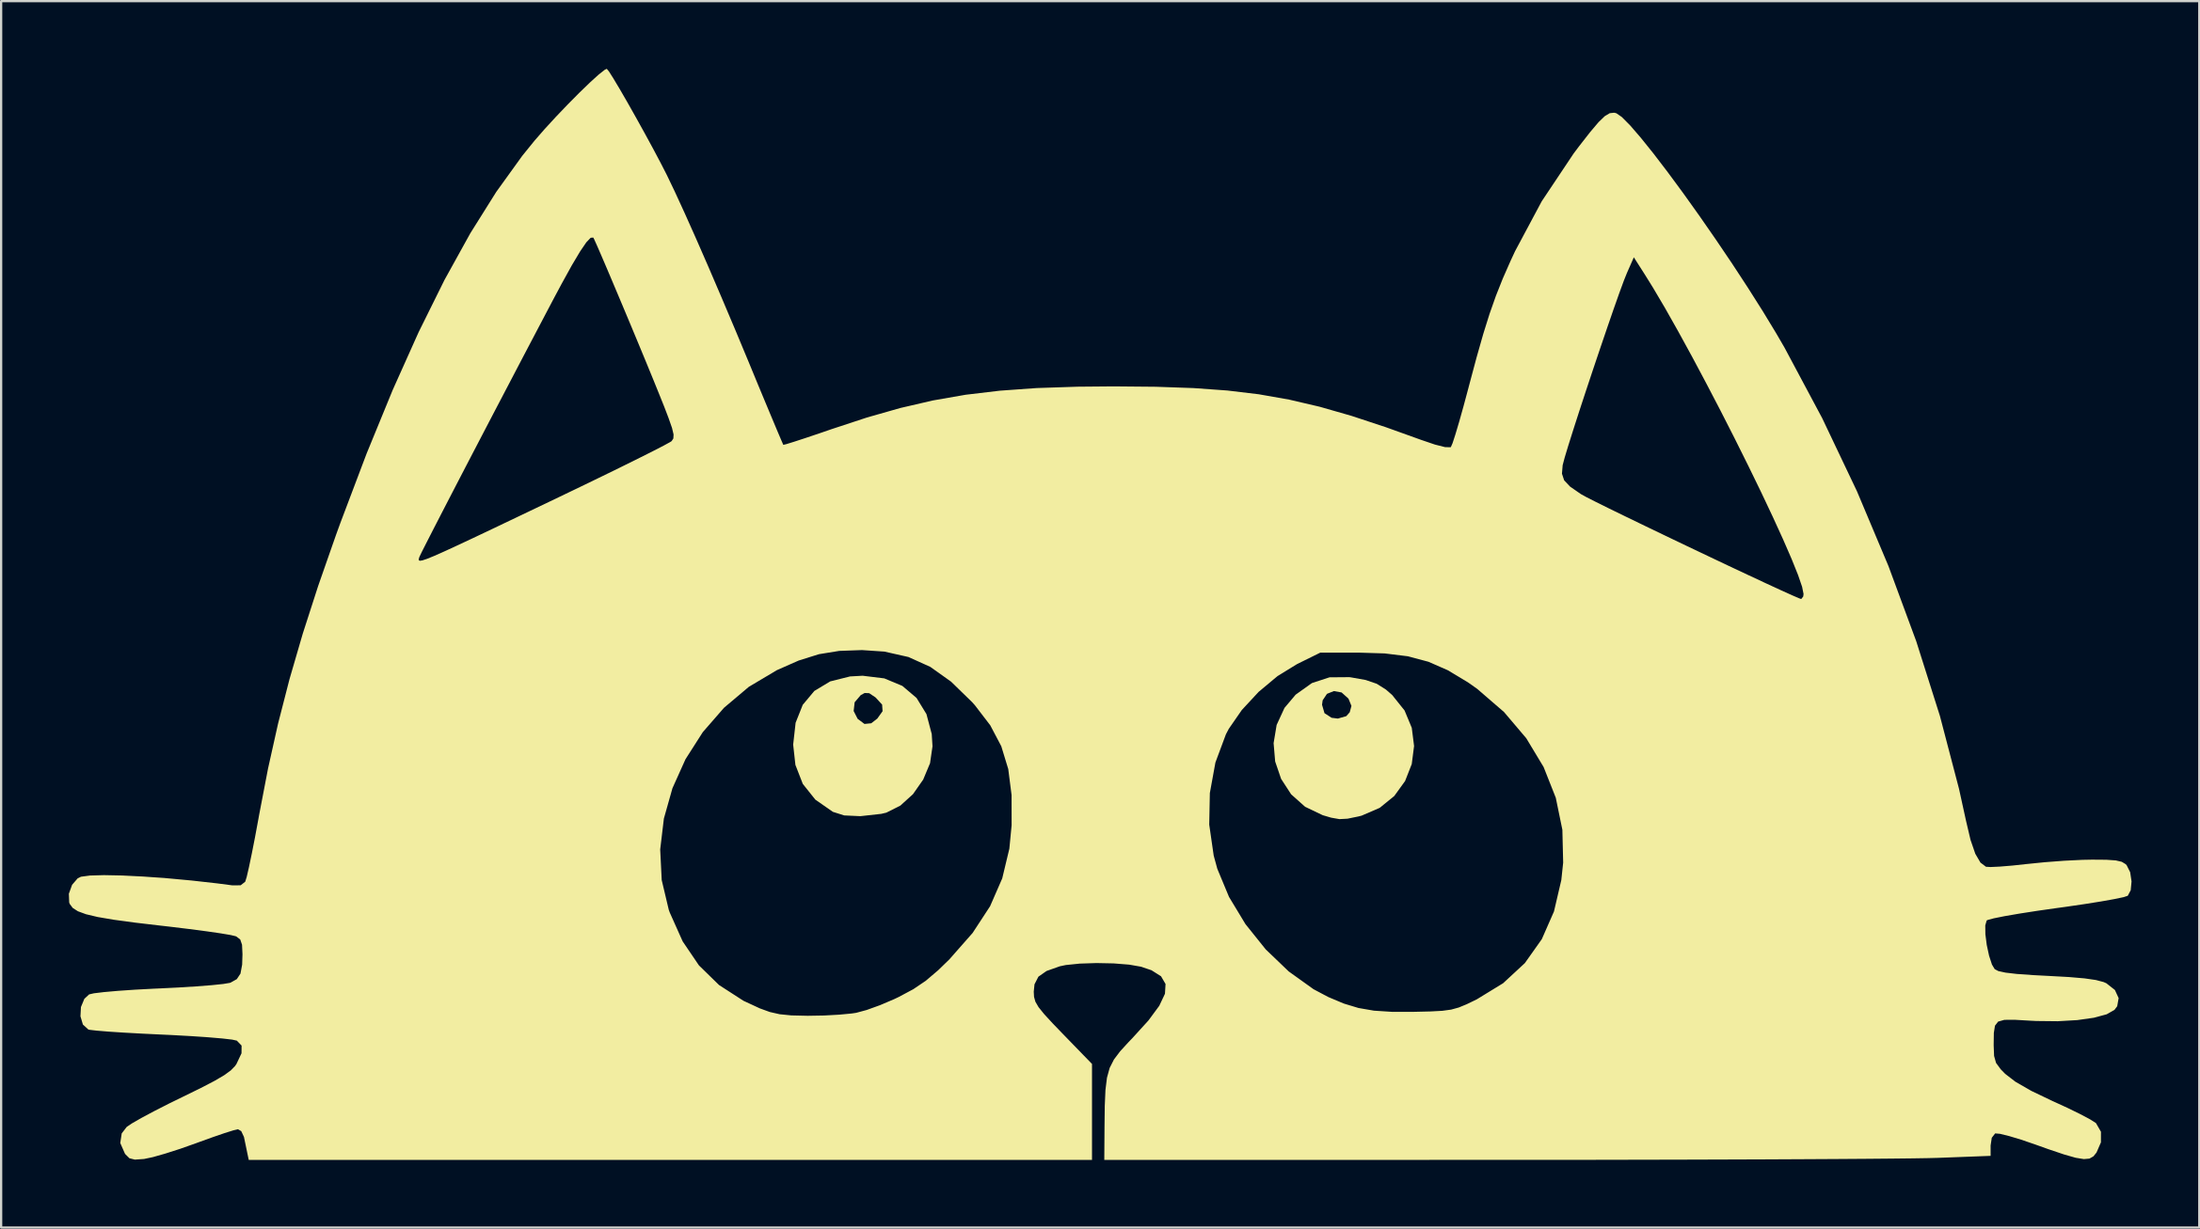
<source format=kicad_pcb>
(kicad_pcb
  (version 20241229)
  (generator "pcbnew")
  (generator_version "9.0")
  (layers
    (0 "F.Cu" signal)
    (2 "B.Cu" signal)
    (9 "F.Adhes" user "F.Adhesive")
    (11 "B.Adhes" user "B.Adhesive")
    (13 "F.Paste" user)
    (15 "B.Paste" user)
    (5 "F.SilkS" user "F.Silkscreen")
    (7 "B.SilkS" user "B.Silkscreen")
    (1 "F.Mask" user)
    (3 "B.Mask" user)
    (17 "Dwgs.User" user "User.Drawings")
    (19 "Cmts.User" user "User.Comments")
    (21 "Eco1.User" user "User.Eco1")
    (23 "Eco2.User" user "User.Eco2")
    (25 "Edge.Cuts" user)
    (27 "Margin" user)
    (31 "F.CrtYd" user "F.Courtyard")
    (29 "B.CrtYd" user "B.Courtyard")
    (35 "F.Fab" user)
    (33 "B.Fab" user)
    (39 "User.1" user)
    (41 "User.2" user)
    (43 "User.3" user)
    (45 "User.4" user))
  (footprint "KiCatx-klein"
    (layer "F.Cu")
    (at 45.585 24.178)
    (property "Reference" "KiCatx-klein" (at 0 0 0) (layer "F.SilkS") (effects (font (size 1.524 1.524) (thickness 0.3))))
    (attr through_hole)
    (fp_poly (pts (xy -9.472 2.837) (xy -8.671 3.171) (xy -8.043 3.704) (xy -7.604 4.42) (xy -7.37 5.303) (xy -7.336 5.848) (xy -7.445 6.597) (xy -7.748 7.322) (xy -8.2 7.968) (xy -8.759 8.475) (xy -9.38 8.788) (xy -9.604 8.841) (xy -10.531 8.944) (xy -11.246 8.911) (xy -11.749 8.752) (xy -12.525 8.211) (xy -13.08 7.515) (xy -13.408 6.671) (xy -13.507 5.773) (xy -13.399 4.805) (xy -13.192 4.284) (xy -10.828 4.284) (xy -10.652 4.629) (xy -10.348 4.857) (xy -10.049 4.827) (xy -9.78 4.618) (xy -9.547 4.292) (xy -9.568 3.999) (xy -9.849 3.691) (xy -9.869 3.675) (xy -10.141 3.493) (xy -10.341 3.485) (xy -10.514 3.579) (xy -10.784 3.896) (xy -10.828 4.284) (xy -13.192 4.284) (xy -13.083 4.009) (xy -12.569 3.394) (xy -11.867 2.971) (xy -10.988 2.751) (xy -10.429 2.72)) (stroke (width 0) (type solid)) (fill yes) (layer "F.SilkS"))
    (fp_poly (pts (xy 11.19 2.791) (xy 11.851 2.909) (xy 12.338 3.076) (xy 12.747 3.334) (xy 13.022 3.574) (xy 13.571 4.26) (xy 13.89 5.028) (xy 13.992 5.834) (xy 13.889 6.635) (xy 13.594 7.387) (xy 13.117 8.048) (xy 12.472 8.574) (xy 11.669 8.921) (xy 11.527 8.957) (xy 11.044 9.056) (xy 10.687 9.075) (xy 10.321 9.011) (xy 9.946 8.901) (xy 9.166 8.528) (xy 8.548 7.976) (xy 8.103 7.291) (xy 7.84 6.52) (xy 7.771 5.708) (xy 7.905 4.901) (xy 8.253 4.146) (xy 8.37 4.007) (xy 9.916 4.007) (xy 10.025 4.38) (xy 10.34 4.584) (xy 10.617 4.618) (xy 10.99 4.511) (xy 11.143 4.337) (xy 11.218 4.057) (xy 11.095 3.755) (xy 11.077 3.726) (xy 10.782 3.461) (xy 10.441 3.4) (xy 10.135 3.522) (xy 9.943 3.809) (xy 9.916 4.007) (xy 8.37 4.007) (xy 8.747 3.559) (xy 9.468 3.045) (xy 10.248 2.79) (xy 11.125 2.783)) (stroke (width 0) (type solid)) (fill yes) (layer "F.SilkS"))
    (fp_poly (pts (xy -21.668 -24.065) (xy -21.47 -23.753) (xy -21.19 -23.284) (xy -20.851 -22.698) (xy -20.478 -22.037) (xy -20.092 -21.341) (xy -19.717 -20.651) (xy -19.377 -20.01) (xy -19.102 -19.472) (xy -18.753 -18.744) (xy -18.319 -17.799) (xy -17.815 -16.671) (xy -17.257 -15.394) (xy -16.661 -14.003) (xy -16.04 -12.534) (xy -15.461 -11.143) (xy -15.08 -10.219) (xy -14.732 -9.382) (xy -14.431 -8.661) (xy -14.191 -8.089) (xy -14.025 -7.699) (xy -13.947 -7.521) (xy -13.943 -7.513) (xy -13.81 -7.544) (xy -13.464 -7.651) (xy -12.948 -7.82) (xy -12.306 -8.036) (xy -11.808 -8.208) (xy -10.235 -8.726) (xy -8.756 -9.147) (xy -7.319 -9.48) (xy -5.869 -9.733) (xy -4.354 -9.913) (xy -2.72 -10.03) (xy -0.914 -10.09) (xy 0.679 -10.104) (xy 2.557 -10.087) (xy 4.219 -10.029) (xy 5.721 -9.921) (xy 7.117 -9.754) (xy 8.462 -9.517) (xy 9.811 -9.202) (xy 11.218 -8.798) (xy 12.738 -8.296) (xy 14.302 -7.734) (xy 14.919 -7.524) (xy 15.363 -7.412) (xy 15.602 -7.406) (xy 15.623 -7.419) (xy 15.695 -7.584) (xy 15.821 -7.971) (xy 15.989 -8.536) (xy 16.185 -9.236) (xy 16.398 -10.03) (xy 16.422 -10.123) (xy 16.757 -11.376) (xy 17.054 -12.422) (xy 17.334 -13.316) (xy 17.617 -14.118) (xy 17.921 -14.884) (xy 18.268 -15.672) (xy 18.465 -16.096) (xy 19.645 -18.306) (xy 21.058 -20.424) (xy 21.298 -20.744) (xy 21.791 -21.375) (xy 22.16 -21.812) (xy 22.439 -22.081) (xy 22.659 -22.212) (xy 22.852 -22.232) (xy 22.947 -22.211) (xy 23.189 -22.045) (xy 23.557 -21.675) (xy 24.031 -21.126) (xy 24.594 -20.425) (xy 25.226 -19.598) (xy 25.909 -18.671) (xy 26.624 -17.669) (xy 27.353 -16.618) (xy 28.077 -15.546) (xy 28.777 -14.476) (xy 29.435 -13.437) (xy 30.032 -12.453) (xy 30.401 -11.817) (xy 32.067 -8.695) (xy 33.608 -5.453) (xy 35.002 -2.14) (xy 36.233 1.194) (xy 37.281 4.502) (xy 38.127 7.734) (xy 38.434 9.135) (xy 38.637 9.997) (xy 38.848 10.611) (xy 39.076 11.001) (xy 39.32 11.186) (xy 39.521 11.198) (xy 39.932 11.179) (xy 40.49 11.133) (xy 41.111 11.066) (xy 41.916 10.985) (xy 42.786 10.919) (xy 43.596 10.879) (xy 44.021 10.871) (xy 44.653 10.876) (xy 45.072 10.905) (xy 45.337 10.967) (xy 45.505 11.07) (xy 45.55 11.115) (xy 45.706 11.426) (xy 45.768 11.836) (xy 45.731 12.226) (xy 45.6 12.472) (xy 45.419 12.532) (xy 45.01 12.618) (xy 44.415 12.724) (xy 43.674 12.842) (xy 42.831 12.965) (xy 42.465 13.015) (xy 41.593 13.139) (xy 40.809 13.261) (xy 40.153 13.374) (xy 39.668 13.471) (xy 39.394 13.545) (xy 39.352 13.567) (xy 39.289 13.785) (xy 39.294 14.175) (xy 39.355 14.652) (xy 39.458 15.129) (xy 39.586 15.521) (xy 39.707 15.723) (xy 39.868 15.809) (xy 40.185 15.878) (xy 40.689 15.937) (xy 41.411 15.988) (xy 42.059 16.022) (xy 42.99 16.073) (xy 43.688 16.133) (xy 44.188 16.205) (xy 44.529 16.295) (xy 44.652 16.349) (xy 45.03 16.647) (xy 45.196 17.007) (xy 45.132 17.368) (xy 45.011 17.529) (xy 44.668 17.724) (xy 44.103 17.877) (xy 43.364 17.982) (xy 42.496 18.032) (xy 41.549 18.022) (xy 41.275 18.008) (xy 40.592 17.968) (xy 40.136 17.971) (xy 39.86 18.048) (xy 39.719 18.23) (xy 39.669 18.548) (xy 39.662 19.034) (xy 39.662 19.111) (xy 39.68 19.57) (xy 39.767 19.88) (xy 39.972 20.16) (xy 40.171 20.364) (xy 40.628 20.716) (xy 41.331 21.12) (xy 42.262 21.566) (xy 42.311 21.588) (xy 42.945 21.879) (xy 43.506 22.154) (xy 43.937 22.384) (xy 44.181 22.539) (xy 44.195 22.552) (xy 44.413 22.93) (xy 44.412 23.4) (xy 44.216 23.852) (xy 44.078 24.021) (xy 43.904 24.12) (xy 43.656 24.142) (xy 43.296 24.084) (xy 42.785 23.939) (xy 42.085 23.703) (xy 41.502 23.495) (xy 40.88 23.282) (xy 40.339 23.119) (xy 39.937 23.021) (xy 39.73 23.004) (xy 39.727 23.005) (xy 39.577 23.197) (xy 39.526 23.541) (xy 39.526 23.999) (xy 37.183 24.088) (xy 36.751 24.099) (xy 36.066 24.11) (xy 35.148 24.12) (xy 34.016 24.13) (xy 32.689 24.139) (xy 31.186 24.147) (xy 29.527 24.155) (xy 27.729 24.161) (xy 25.814 24.167) (xy 23.799 24.171) (xy 21.705 24.175) (xy 19.549 24.176) (xy 17.556 24.177) (xy 0.272 24.178) (xy 0.282 22.717) (xy 0.293 21.789) (xy 0.324 21.078) (xy 0.391 20.534) (xy 0.51 20.102) (xy 0.699 19.729) (xy 0.975 19.363) (xy 1.352 18.951) (xy 1.518 18.779) (xy 2.227 17.999) (xy 2.707 17.348) (xy 2.959 16.814) (xy 2.985 16.382) (xy 2.785 16.039) (xy 2.363 15.773) (xy 1.902 15.616) (xy 1.374 15.524) (xy 0.683 15.469) (xy -0.077 15.454) (xy -0.813 15.478) (xy -1.43 15.541) (xy -1.698 15.597) (xy -2.286 15.806) (xy -2.646 16.058) (xy -2.819 16.396) (xy -2.852 16.722) (xy -2.839 16.955) (xy -2.778 17.169) (xy -2.64 17.407) (xy -2.395 17.711) (xy -2.012 18.128) (xy -1.562 18.595) (xy -0.272 19.925) (xy -0.272 24.178) (xy -37.619 24.178) (xy -37.69 23.838) (xy -37.777 23.417) (xy -37.831 23.159) (xy -37.951 22.903) (xy -38.096 22.819) (xy -38.291 22.865) (xy -38.686 22.989) (xy -39.225 23.174) (xy -39.855 23.402) (xy -39.961 23.441) (xy -40.651 23.685) (xy -41.311 23.897) (xy -41.866 24.055) (xy -42.246 24.135) (xy -42.257 24.137) (xy -42.662 24.165) (xy -42.901 24.106) (xy -43.078 23.932) (xy -43.106 23.892) (xy -43.309 23.429) (xy -43.244 23.003) (xy -43.024 22.717) (xy -42.803 22.566) (xy -42.383 22.324) (xy -41.812 22.019) (xy -41.137 21.675) (xy -40.575 21.4) (xy -39.75 20.996) (xy -39.139 20.678) (xy -38.706 20.424) (xy -38.414 20.212) (xy -38.227 20.02) (xy -38.164 19.929) (xy -37.939 19.452) (xy -37.936 19.111) (xy -38.146 18.892) (xy -38.351 18.847) (xy -38.784 18.797) (xy -39.403 18.744) (xy -40.166 18.692) (xy -41.029 18.644) (xy -41.44 18.625) (xy -42.334 18.582) (xy -43.146 18.537) (xy -43.833 18.492) (xy -44.353 18.449) (xy -44.663 18.413) (xy -44.723 18.399) (xy -44.964 18.178) (xy -45.072 17.814) (xy -45.05 17.403) (xy -44.899 17.038) (xy -44.688 16.843) (xy -44.476 16.794) (xy -44.036 16.741) (xy -43.416 16.686) (xy -42.659 16.634) (xy -41.812 16.589) (xy -41.6 16.58) (xy -40.73 16.537) (xy -39.933 16.487) (xy -39.258 16.434) (xy -38.749 16.381) (xy -38.456 16.332) (xy -38.424 16.322) (xy -38.147 16.166) (xy -37.985 15.922) (xy -37.911 15.524) (xy -37.896 15.063) (xy -37.916 14.642) (xy -37.996 14.408) (xy -38.169 14.277) (xy -38.202 14.263) (xy -38.423 14.211) (xy -38.87 14.136) (xy -39.5 14.045) (xy -40.27 13.944) (xy -41.135 13.839) (xy -41.524 13.795) (xy -42.685 13.658) (xy -43.604 13.533) (xy -44.308 13.413) (xy -44.826 13.29) (xy -45.186 13.158) (xy -45.416 13.009) (xy -45.544 12.837) (xy -45.57 12.77) (xy -45.585 12.382) (xy -45.443 11.987) (xy -45.194 11.698) (xy -45.05 11.628) (xy -44.654 11.575) (xy -44.033 11.557) (xy -43.227 11.573) (xy -42.28 11.62) (xy -41.236 11.695) (xy -40.135 11.797) (xy -39.022 11.922) (xy -38.338 12.011) (xy -37.977 12.007) (xy -37.78 11.853) (xy -37.77 11.835) (xy -37.708 11.633) (xy -37.61 11.208) (xy -37.484 10.604) (xy -37.447 10.418) (xy -19.396 10.418) (xy -19.329 11.775) (xy -19.017 13.091) (xy -18.974 13.211) (xy -18.401 14.493) (xy -17.68 15.557) (xy -16.79 16.427) (xy -15.71 17.125) (xy -14.986 17.461) (xy -14.541 17.623) (xy -14.105 17.722) (xy -13.587 17.774) (xy -12.896 17.79) (xy -12.82 17.79) (xy -12.137 17.778) (xy -11.464 17.741) (xy -10.907 17.688) (xy -10.715 17.659) (xy -10.252 17.534) (xy -9.657 17.319) (xy -9.033 17.053) (xy -8.831 16.957) (xy -8.186 16.612) (xy -7.635 16.24) (xy -7.085 15.772) (xy -6.589 15.29) (xy -5.56 14.12) (xy -4.786 12.936) (xy -4.248 11.702) (xy -3.932 10.383) (xy -3.832 9.347) (xy -3.832 9.318) (xy 4.92 9.318) (xy 5.118 10.692) (xy 5.278 11.276) (xy 5.796 12.522) (xy 6.525 13.729) (xy 7.421 14.847) (xy 8.44 15.825) (xy 9.538 16.612) (xy 10.187 16.957) (xy 10.878 17.248) (xy 11.529 17.445) (xy 12.216 17.564) (xy 13.018 17.616) (xy 14.006 17.615) (xy 14.724 17.598) (xy 15.242 17.57) (xy 15.633 17.517) (xy 15.97 17.424) (xy 16.324 17.278) (xy 16.766 17.064) (xy 17.936 16.347) (xy 18.898 15.456) (xy 19.649 14.395) (xy 20.188 13.167) (xy 20.513 11.776) (xy 20.595 11.002) (xy 20.56 9.548) (xy 20.268 8.128) (xy 19.73 6.768) (xy 18.962 5.492) (xy 17.975 4.328) (xy 16.784 3.299) (xy 16.375 3.011) (xy 15.489 2.478) (xy 14.629 2.101) (xy 13.72 1.858) (xy 12.69 1.731) (xy 11.606 1.698) (xy 9.834 1.698) (xy 8.806 2.206) (xy 7.945 2.735) (xy 7.106 3.437) (xy 6.363 4.239) (xy 5.788 5.07) (xy 5.659 5.315) (xy 5.194 6.565) (xy 4.947 7.921) (xy 4.92 9.318) (xy -3.832 9.318) (xy -3.834 8.008) (xy -3.981 6.857) (xy -4.29 5.844) (xy -4.778 4.917) (xy -5.46 4.026) (xy -5.587 3.885) (xy -6.512 2.984) (xy -7.434 2.327) (xy -8.402 1.89) (xy -9.466 1.65) (xy -10.459 1.583) (xy -11.464 1.619) (xy -12.364 1.765) (xy -13.261 2.046) (xy -14.231 2.474) (xy -15.472 3.213) (xy -16.569 4.139) (xy -17.508 5.218) (xy -18.275 6.419) (xy -18.854 7.707) (xy -19.233 9.051) (xy -19.396 10.418) (xy -37.447 10.418) (xy -37.339 9.867) (xy -37.186 9.04) (xy -37.159 8.889) (xy -36.763 6.827) (xy -36.32 4.842) (xy -35.814 2.873) (xy -35.228 0.86) (xy -34.545 -1.257) (xy -34.126 -2.457) (xy -30.089 -2.457) (xy -30.089 -2.4) (xy -30.042 -2.375) (xy -29.929 -2.392) (xy -29.73 -2.458) (xy -29.425 -2.582) (xy -28.993 -2.773) (xy -28.415 -3.039) (xy -27.67 -3.388) (xy -26.739 -3.83) (xy -25.602 -4.373) (xy -24.325 -4.983) (xy -23.209 -5.519) (xy -22.165 -6.024) (xy -21.735 -6.234) (xy 20.542 -6.234) (xy 20.639 -5.94) (xy 20.903 -5.661) (xy 21.375 -5.334) (xy 21.385 -5.327) (xy 21.609 -5.204) (xy 22.035 -4.987) (xy 22.63 -4.692) (xy 23.362 -4.335) (xy 24.198 -3.93) (xy 25.106 -3.493) (xy 26.052 -3.04) (xy 27.006 -2.586) (xy 27.933 -2.146) (xy 28.803 -1.737) (xy 29.582 -1.373) (xy 30.237 -1.071) (xy 30.737 -0.845) (xy 31.049 -0.711) (xy 31.139 -0.68) (xy 31.227 -0.791) (xy 31.241 -0.904) (xy 31.177 -1.223) (xy 30.995 -1.752) (xy 30.709 -2.463) (xy 30.332 -3.33) (xy 29.878 -4.324) (xy 29.361 -5.419) (xy 28.793 -6.586) (xy 28.19 -7.798) (xy 27.564 -9.028) (xy 26.928 -10.248) (xy 26.298 -11.431) (xy 25.686 -12.549) (xy 25.107 -13.575) (xy 24.573 -14.48) (xy 24.202 -15.077) (xy 23.725 -15.824) (xy 23.417 -15.125) (xy 23.282 -14.787) (xy 23.083 -14.245) (xy 22.833 -13.538) (xy 22.547 -12.709) (xy 22.237 -11.798) (xy 21.917 -10.848) (xy 21.602 -9.9) (xy 21.305 -8.995) (xy 21.041 -8.174) (xy 20.822 -7.479) (xy 20.663 -6.952) (xy 20.578 -6.633) (xy 20.572 -6.605) (xy 20.542 -6.234) (xy -21.735 -6.234) (xy -21.219 -6.486) (xy -20.399 -6.892) (xy -19.729 -7.228) (xy -19.238 -7.481) (xy -18.951 -7.638) (xy -18.889 -7.679) (xy -18.813 -7.796) (xy -18.804 -7.973) (xy -18.872 -8.261) (xy -19.029 -8.71) (xy -19.216 -9.198) (xy -19.424 -9.717) (xy -19.692 -10.379) (xy -20.007 -11.147) (xy -20.353 -11.983) (xy -20.714 -12.851) (xy -21.075 -13.713) (xy -21.42 -14.532) (xy -21.733 -15.272) (xy -21.999 -15.894) (xy -22.203 -16.363) (xy -22.328 -16.64) (xy -22.36 -16.699) (xy -22.475 -16.69) (xy -22.667 -16.489) (xy -22.942 -16.086) (xy -23.31 -15.468) (xy -23.776 -14.623) (xy -24.15 -13.922) (xy -24.804 -12.678) (xy -25.471 -11.408) (xy -26.136 -10.136) (xy -26.789 -8.888) (xy -27.416 -7.685) (xy -28.006 -6.552) (xy -28.545 -5.512) (xy -29.021 -4.591) (xy -29.423 -3.81) (xy -29.738 -3.194) (xy -29.954 -2.767) (xy -30.057 -2.552) (xy -30.063 -2.538) (xy -30.089 -2.457) (xy -34.126 -2.457) (xy -33.748 -3.537) (xy -33.567 -4.036) (xy -32.4 -7.123) (xy -31.243 -9.945) (xy -30.094 -12.509) (xy -28.949 -14.822) (xy -27.805 -16.891) (xy -26.658 -18.721) (xy -25.506 -20.321) (xy -24.968 -20.986) (xy -24.524 -21.496) (xy -24.019 -22.046) (xy -23.489 -22.601) (xy -22.971 -23.124) (xy -22.501 -23.578) (xy -22.116 -23.927) (xy -21.852 -24.135) (xy -21.762 -24.178)) (stroke (width 0) (type solid)) (fill yes) (layer "F.SilkS")))
  (gr_rect
    (start -3 -3)
    (end 94.353 51.355)
    (stroke (width 0.1) (type default))
    (fill no)
    (layer "Edge.Cuts")))
</source>
